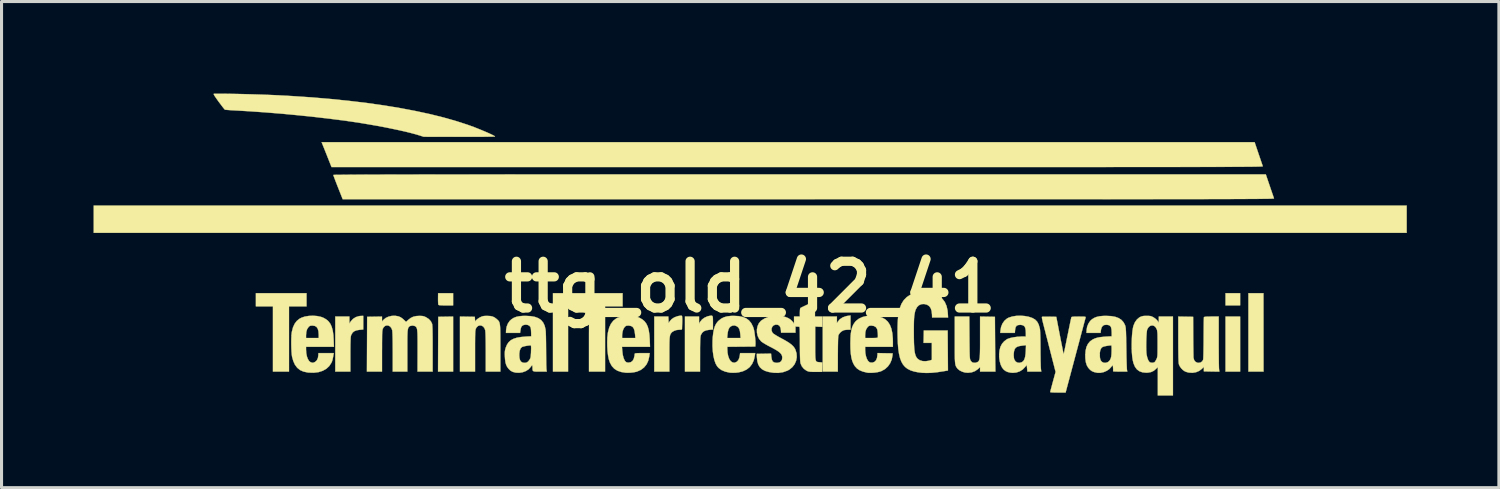
<source format=kicad_pcb>
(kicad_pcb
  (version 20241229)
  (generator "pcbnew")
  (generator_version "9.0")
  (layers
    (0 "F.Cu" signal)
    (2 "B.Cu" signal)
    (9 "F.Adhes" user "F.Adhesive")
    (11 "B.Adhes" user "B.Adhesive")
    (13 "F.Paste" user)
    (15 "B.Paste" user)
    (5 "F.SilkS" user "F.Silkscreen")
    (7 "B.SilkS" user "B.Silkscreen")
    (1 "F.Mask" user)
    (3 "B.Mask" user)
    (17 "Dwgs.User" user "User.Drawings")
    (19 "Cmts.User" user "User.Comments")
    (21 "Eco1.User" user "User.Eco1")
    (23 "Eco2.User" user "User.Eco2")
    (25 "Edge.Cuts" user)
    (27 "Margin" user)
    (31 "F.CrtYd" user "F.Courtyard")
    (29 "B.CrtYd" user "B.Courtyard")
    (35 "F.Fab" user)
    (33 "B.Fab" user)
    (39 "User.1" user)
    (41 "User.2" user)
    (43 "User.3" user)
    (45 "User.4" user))
  (footprint "ttg_old_42_41"
    (layer "F.Cu")
    (at 21.404 6.301)
    (property "Reference" "ttg_old_42_41" (at 0 0 0) (layer "F.SilkS") (effects (font (size 1.524 1.524) (thickness 0.3))))
    (attr through_hole)
    (fp_poly (pts (xy -5.937 2.762) (xy -6.429 2.762) (xy -6.429 0.206) (xy -5.937 0.206) (xy -5.937 2.762)) (stroke (width 0.01) (type solid)) (fill yes) (layer "F.SilkS"))
    (fp_poly (pts (xy 15.97 0.603) (xy 15.494 0.603) (xy 15.494 0.206) (xy 15.97 0.206) (xy 15.97 0.603)) (stroke (width 0.01) (type solid)) (fill yes) (layer "F.SilkS"))
    (fp_poly (pts (xy 15.97 2.762) (xy 15.494 2.762) (xy 15.494 0.968) (xy 15.97 0.968) (xy 15.97 2.762)) (stroke (width 0.01) (type solid)) (fill yes) (layer "F.SilkS"))
    (fp_poly (pts (xy 21.399 -1.762) (xy -21.399 -1.762) (xy -21.399 -2.651) (xy 21.399 -2.651) (xy 21.399 -1.762)) (stroke (width 0.01) (type solid)) (fill yes) (layer "F.SilkS"))
    (fp_poly (pts (xy -9.684 2.762) (xy -10.175 2.762) (xy -10.172 1.869) (xy -10.168 0.976) (xy -9.684 0.968) (xy -9.684 2.762)) (stroke (width 0.01) (type solid)) (fill yes) (layer "F.SilkS"))
    (fp_poly (pts (xy 16.732 1.484) (xy 16.733 2.762) (xy 16.24 2.762) (xy 16.24 0.206) (xy 16.731 0.206) (xy 16.732 1.484)) (stroke (width 0.01) (type solid)) (fill yes) (layer "F.SilkS"))
    (fp_poly (pts (xy -14.462 0.635) (xy -15.034 0.635) (xy -15.034 2.762) (xy -15.557 2.762) (xy -15.557 0.635) (xy -16.113 0.635) (xy -16.113 0.206) (xy -14.462 0.206) (xy -14.462 0.635)) (stroke (width 0.01) (type solid)) (fill yes) (layer "F.SilkS"))
    (fp_poly (pts (xy -9.684 0.603) (xy -9.92 0.603) (xy -10.013 0.603) (xy -10.079 0.601) (xy -10.123 0.598) (xy -10.149 0.592) (xy -10.163 0.584) (xy -10.166 0.578) (xy -10.17 0.552) (xy -10.173 0.503) (xy -10.175 0.437) (xy -10.175 0.38) (xy -10.173 0.206) (xy -9.684 0.206) (xy -9.684 0.603)) (stroke (width 0.01) (type solid)) (fill yes) (layer "F.SilkS"))
    (fp_poly (pts (xy -4.159 0.635) (xy -4.731 0.635) (xy -4.731 2.762) (xy -5.255 2.762) (xy -5.255 1.718) (xy -5.255 1.539) (xy -5.254 1.369) (xy -5.254 1.21) (xy -5.254 1.066) (xy -5.254 0.94) (xy -5.254 0.833) (xy -5.254 0.749) (xy -5.254 0.69) (xy -5.254 0.659) (xy -5.254 0.655) (xy -5.262 0.647) (xy -5.288 0.642) (xy -5.335 0.638) (xy -5.406 0.636) (xy -5.505 0.635) (xy -5.532 0.635) (xy -5.81 0.635) (xy -5.81 0.206) (xy -4.159 0.206) (xy -4.159 0.635)) (stroke (width 0.01) (type solid)) (fill yes) (layer "F.SilkS"))
    (fp_poly (pts (xy -12.613 1.389) (xy -12.725 1.399) (xy -12.827 1.415) (xy -12.904 1.445) (xy -12.961 1.492) (xy -13 1.557) (xy -13.01 1.582) (xy -13.017 1.607) (xy -13.022 1.646) (xy -13.025 1.7) (xy -13.028 1.774) (xy -13.031 1.871) (xy -13.032 1.992) (xy -13.033 2.141) (xy -13.033 2.203) (xy -13.033 2.762) (xy -13.525 2.762) (xy -13.525 0.968) (xy -13.065 0.968) (xy -13.065 1.194) (xy -13.014 1.117) (xy -12.944 1.042) (xy -12.855 0.986) (xy -12.753 0.954) (xy -12.7 0.948) (xy -12.613 0.945) (xy -12.613 1.389)) (stroke (width 0.01) (type solid)) (fill yes) (layer "F.SilkS"))
    (fp_poly (pts (xy 3.27 1.397) (xy 3.185 1.397) (xy 3.125 1.401) (xy 3.067 1.409) (xy 3.046 1.415) (xy 2.982 1.449) (xy 2.924 1.5) (xy 2.884 1.56) (xy 2.873 1.587) (xy 2.87 1.616) (xy 2.866 1.673) (xy 2.863 1.753) (xy 2.861 1.852) (xy 2.859 1.967) (xy 2.858 2.094) (xy 2.857 2.203) (xy 2.856 2.762) (xy 2.365 2.762) (xy 2.365 0.968) (xy 2.826 0.968) (xy 2.826 1.183) (xy 2.855 1.135) (xy 2.924 1.054) (xy 3.016 0.994) (xy 3.128 0.954) (xy 3.187 0.944) (xy 3.27 0.933) (xy 3.27 1.397)) (stroke (width 0.01) (type solid)) (fill yes) (layer "F.SilkS"))
    (fp_poly (pts (xy -1.239 0.944) (xy -1.224 0.966) (xy -1.217 1.007) (xy -1.215 1.071) (xy -1.214 1.163) (xy -1.214 1.389) (xy -1.327 1.399) (xy -1.429 1.415) (xy -1.506 1.445) (xy -1.562 1.492) (xy -1.602 1.557) (xy -1.612 1.582) (xy -1.618 1.607) (xy -1.623 1.646) (xy -1.627 1.7) (xy -1.63 1.774) (xy -1.632 1.871) (xy -1.634 1.992) (xy -1.634 2.141) (xy -1.634 2.203) (xy -1.635 2.762) (xy -2.127 2.762) (xy -2.127 0.968) (xy -1.667 0.968) (xy -1.667 1.083) (xy -1.667 1.199) (xy -1.627 1.133) (xy -1.569 1.062) (xy -1.488 1.004) (xy -1.395 0.962) (xy -1.356 0.952) (xy -1.302 0.941) (xy -1.264 0.937) (xy -1.239 0.944)) (stroke (width 0.01) (type solid)) (fill yes) (layer "F.SilkS"))
    (fp_poly (pts (xy -2.227 0.946) (xy -2.223 0.951) (xy -2.219 0.975) (xy -2.216 1.023) (xy -2.215 1.088) (xy -2.216 1.157) (xy -2.219 1.233) (xy -2.221 1.299) (xy -2.222 1.347) (xy -2.223 1.37) (xy -2.228 1.386) (xy -2.248 1.394) (xy -2.291 1.397) (xy -2.314 1.397) (xy -2.402 1.407) (xy -2.482 1.434) (xy -2.545 1.473) (xy -2.559 1.487) (xy -2.578 1.51) (xy -2.594 1.533) (xy -2.607 1.561) (xy -2.616 1.596) (xy -2.623 1.643) (xy -2.629 1.703) (xy -2.632 1.78) (xy -2.634 1.879) (xy -2.635 2.001) (xy -2.635 2.151) (xy -2.635 2.198) (xy -2.635 2.762) (xy -3.127 2.762) (xy -3.127 0.968) (xy -2.668 0.968) (xy -2.659 1.179) (xy -2.619 1.118) (xy -2.558 1.05) (xy -2.473 0.995) (xy -2.372 0.957) (xy -2.336 0.949) (xy -2.278 0.94) (xy -2.245 0.939) (xy -2.227 0.946)) (stroke (width 0.01) (type solid)) (fill yes) (layer "F.SilkS"))
    (fp_poly (pts (xy -8.572 0.946) (xy -8.476 0.95) (xy -8.4 0.966) (xy -8.336 0.995) (xy -8.273 1.041) (xy -8.263 1.05) (xy -8.237 1.073) (xy -8.215 1.094) (xy -8.197 1.116) (xy -8.182 1.142) (xy -8.171 1.175) (xy -8.162 1.217) (xy -8.155 1.272) (xy -8.15 1.341) (xy -8.147 1.429) (xy -8.145 1.537) (xy -8.145 1.669) (xy -8.144 1.828) (xy -8.144 1.996) (xy -8.144 2.762) (xy -8.62 2.762) (xy -8.62 2.128) (xy -8.621 1.955) (xy -8.622 1.801) (xy -8.624 1.67) (xy -8.627 1.562) (xy -8.631 1.481) (xy -8.635 1.428) (xy -8.637 1.414) (xy -8.665 1.342) (xy -8.707 1.291) (xy -8.76 1.262) (xy -8.816 1.256) (xy -8.87 1.274) (xy -8.917 1.317) (xy -8.944 1.365) (xy -8.95 1.384) (xy -8.955 1.41) (xy -8.96 1.444) (xy -8.963 1.49) (xy -8.965 1.55) (xy -8.967 1.629) (xy -8.968 1.729) (xy -8.969 1.852) (xy -8.969 2.003) (xy -8.969 2.096) (xy -8.969 2.762) (xy -9.461 2.762) (xy -9.461 0.968) (xy -9.219 0.972) (xy -8.977 0.976) (xy -8.972 1.052) (xy -8.968 1.127) (xy -8.928 1.08) (xy -8.892 1.048) (xy -8.84 1.012) (xy -8.798 0.989) (xy -8.747 0.966) (xy -8.701 0.953) (xy -8.648 0.947) (xy -8.577 0.946) (xy -8.572 0.946)) (stroke (width 0.01) (type solid)) (fill yes) (layer "F.SilkS"))
    (fp_poly (pts (xy 7.735 0.972) (xy 7.977 0.976) (xy 7.981 1.572) (xy 7.982 1.722) (xy 7.983 1.876) (xy 7.984 2.028) (xy 7.986 2.17) (xy 7.987 2.298) (xy 7.988 2.405) (xy 7.989 2.465) (xy 7.993 2.762) (xy 7.493 2.762) (xy 7.493 2.615) (xy 7.425 2.678) (xy 7.33 2.745) (xy 7.22 2.786) (xy 7.1 2.8) (xy 7.003 2.792) (xy 6.914 2.766) (xy 6.833 2.727) (xy 6.77 2.678) (xy 6.755 2.661) (xy 6.735 2.635) (xy 6.719 2.611) (xy 6.706 2.586) (xy 6.695 2.557) (xy 6.686 2.522) (xy 6.68 2.476) (xy 6.675 2.418) (xy 6.671 2.345) (xy 6.669 2.253) (xy 6.668 2.139) (xy 6.668 2.002) (xy 6.668 1.837) (xy 6.668 1.731) (xy 6.668 0.968) (xy 7.142 0.968) (xy 7.147 1.655) (xy 7.148 1.822) (xy 7.15 1.961) (xy 7.151 2.074) (xy 7.153 2.164) (xy 7.155 2.234) (xy 7.158 2.287) (xy 7.162 2.326) (xy 7.166 2.354) (xy 7.172 2.375) (xy 7.178 2.39) (xy 7.18 2.393) (xy 7.207 2.432) (xy 7.236 2.459) (xy 7.238 2.46) (xy 7.292 2.475) (xy 7.354 2.472) (xy 7.408 2.453) (xy 7.412 2.451) (xy 7.431 2.436) (xy 7.446 2.421) (xy 7.459 2.4) (xy 7.469 2.373) (xy 7.477 2.335) (xy 7.483 2.284) (xy 7.487 2.216) (xy 7.49 2.131) (xy 7.492 2.023) (xy 7.493 1.891) (xy 7.493 1.731) (xy 7.493 1.643) (xy 7.493 0.968) (xy 7.735 0.972)) (stroke (width 0.01) (type solid)) (fill yes) (layer "F.SilkS"))
    (fp_poly (pts (xy 16.57 -4.338) (xy 16.606 -4.233) (xy 16.639 -4.137) (xy 16.667 -4.055) (xy 16.689 -3.99) (xy 16.704 -3.948) (xy 16.709 -3.933) (xy 16.709 -3.932) (xy 16.706 -3.93) (xy 16.7 -3.929) (xy 16.691 -3.927) (xy 16.678 -3.926) (xy 16.661 -3.925) (xy 16.638 -3.923) (xy 16.609 -3.922) (xy 16.573 -3.921) (xy 16.531 -3.92) (xy 16.481 -3.919) (xy 16.423 -3.918) (xy 16.356 -3.917) (xy 16.28 -3.916) (xy 16.194 -3.916) (xy 16.097 -3.915) (xy 15.989 -3.914) (xy 15.869 -3.913) (xy 15.737 -3.913) (xy 15.593 -3.912) (xy 15.434 -3.911) (xy 15.262 -3.911) (xy 15.074 -3.91) (xy 14.872 -3.91) (xy 14.654 -3.909) (xy 14.419 -3.909) (xy 14.167 -3.909) (xy 13.898 -3.908) (xy 13.61 -3.908) (xy 13.303 -3.908) (xy 12.977 -3.907) (xy 12.631 -3.907) (xy 12.265 -3.907) (xy 11.877 -3.907) (xy 11.468 -3.906) (xy 11.036 -3.906) (xy 10.581 -3.906) (xy 10.103 -3.906) (xy 9.601 -3.906) (xy 9.073 -3.906) (xy 8.521 -3.906) (xy 7.943 -3.906) (xy 7.338 -3.905) (xy 6.706 -3.905) (xy 6.046 -3.905) (xy 5.359 -3.905) (xy 4.642 -3.905) (xy 3.896 -3.905) (xy 3.12 -3.905) (xy 2.313 -3.905) (xy 1.537 -3.905) (xy -13.647 -3.905) (xy -13.787 -4.258) (xy -13.828 -4.361) (xy -13.866 -4.456) (xy -13.899 -4.539) (xy -13.926 -4.605) (xy -13.943 -4.649) (xy -13.949 -4.663) (xy -13.97 -4.715) (xy 1.236 -4.715) (xy 16.443 -4.715) (xy 16.57 -4.338)) (stroke (width 0.01) (type solid)) (fill yes) (layer "F.SilkS"))
    (fp_poly (pts (xy 14.196 0.972) (xy 14.438 0.976) (xy 14.441 1.611) (xy 14.442 1.753) (xy 14.443 1.887) (xy 14.445 2.01) (xy 14.446 2.118) (xy 14.448 2.206) (xy 14.449 2.271) (xy 14.451 2.31) (xy 14.451 2.315) (xy 14.472 2.389) (xy 14.514 2.442) (xy 14.574 2.472) (xy 14.616 2.477) (xy 14.684 2.464) (xy 14.735 2.426) (xy 14.764 2.373) (xy 14.767 2.349) (xy 14.77 2.297) (xy 14.773 2.22) (xy 14.775 2.122) (xy 14.777 2.006) (xy 14.779 1.876) (xy 14.78 1.735) (xy 14.78 1.674) (xy 14.781 1.531) (xy 14.782 1.398) (xy 14.783 1.278) (xy 14.784 1.175) (xy 14.786 1.091) (xy 14.788 1.03) (xy 14.789 0.997) (xy 14.79 0.991) (xy 14.8 0.982) (xy 14.823 0.976) (xy 14.864 0.971) (xy 14.928 0.969) (xy 15.018 0.968) (xy 15.035 0.968) (xy 15.272 0.968) (xy 15.272 1.782) (xy 15.272 1.943) (xy 15.273 2.096) (xy 15.274 2.239) (xy 15.275 2.368) (xy 15.276 2.479) (xy 15.278 2.57) (xy 15.28 2.636) (xy 15.282 2.675) (xy 15.282 2.679) (xy 15.292 2.763) (xy 15.04 2.759) (xy 14.788 2.754) (xy 14.788 2.606) (xy 14.72 2.675) (xy 14.635 2.739) (xy 14.532 2.782) (xy 14.418 2.801) (xy 14.301 2.794) (xy 14.241 2.78) (xy 14.183 2.76) (xy 14.17 2.754) (xy 14.106 2.711) (xy 14.045 2.649) (xy 13.997 2.578) (xy 13.972 2.517) (xy 13.967 2.48) (xy 13.963 2.41) (xy 13.959 2.31) (xy 13.957 2.178) (xy 13.955 2.014) (xy 13.954 1.819) (xy 13.954 1.707) (xy 13.954 0.968) (xy 14.196 0.972)) (stroke (width 0.01) (type solid)) (fill yes) (layer "F.SilkS"))
    (fp_poly (pts (xy -0.38 0.953) (xy -0.244 0.98) (xy -0.132 1.026) (xy -0.04 1.093) (xy 0.033 1.182) (xy 0.09 1.294) (xy 0.109 1.345) (xy 0.125 1.407) (xy 0.14 1.492) (xy 0.153 1.589) (xy 0.164 1.688) (xy 0.171 1.78) (xy 0.172 1.855) (xy 0.171 1.881) (xy 0.166 1.945) (xy -0.746 1.953) (xy -0.746 2.02) (xy -0.739 2.146) (xy -0.718 2.255) (xy -0.685 2.345) (xy -0.642 2.413) (xy -0.59 2.456) (xy -0.53 2.472) (xy -0.501 2.47) (xy -0.437 2.442) (xy -0.387 2.388) (xy -0.353 2.307) (xy -0.34 2.241) (xy -0.329 2.159) (xy 0.162 2.159) (xy 0.151 2.242) (xy 0.118 2.388) (xy 0.062 2.512) (xy -0.017 2.615) (xy -0.119 2.695) (xy -0.243 2.753) (xy -0.388 2.789) (xy -0.476 2.798) (xy -0.548 2.8) (xy -0.621 2.799) (xy -0.675 2.794) (xy -0.817 2.762) (xy -0.935 2.712) (xy -1.029 2.643) (xy -1.08 2.584) (xy -1.129 2.497) (xy -1.168 2.384) (xy -1.199 2.249) (xy -1.219 2.098) (xy -1.229 1.933) (xy -1.228 1.761) (xy -1.222 1.667) (xy -0.751 1.667) (xy -0.313 1.667) (xy -0.323 1.54) (xy -0.335 1.444) (xy -0.356 1.373) (xy -0.388 1.322) (xy -0.433 1.285) (xy -0.505 1.258) (xy -0.577 1.262) (xy -0.635 1.29) (xy -0.679 1.332) (xy -0.71 1.394) (xy -0.731 1.479) (xy -0.741 1.56) (xy -0.751 1.667) (xy -1.222 1.667) (xy -1.221 1.643) (xy -1.204 1.498) (xy -1.182 1.379) (xy -1.151 1.282) (xy -1.111 1.202) (xy -1.06 1.134) (xy -1.025 1.099) (xy -0.943 1.035) (xy -0.853 0.99) (xy -0.751 0.961) (xy -0.628 0.947) (xy -0.54 0.945) (xy -0.38 0.953)) (stroke (width 0.01) (type solid)) (fill yes) (layer "F.SilkS"))
    (fp_poly (pts (xy -3.797 0.953) (xy -3.673 0.982) (xy -3.613 1.005) (xy -3.52 1.058) (xy -3.444 1.122) (xy -3.384 1.203) (xy -3.338 1.302) (xy -3.306 1.422) (xy -3.285 1.568) (xy -3.275 1.718) (xy -3.266 1.953) (xy -4.18 1.953) (xy -4.17 2.084) (xy -4.155 2.209) (xy -4.129 2.314) (xy -4.095 2.394) (xy -4.073 2.425) (xy -4.041 2.454) (xy -4.003 2.466) (xy -3.963 2.469) (xy -3.892 2.455) (xy -3.837 2.415) (xy -3.797 2.347) (xy -3.772 2.251) (xy -3.764 2.179) (xy -3.755 2.171) (xy -3.727 2.165) (xy -3.678 2.161) (xy -3.603 2.159) (xy -3.519 2.159) (xy -3.276 2.159) (xy -3.29 2.266) (xy -3.322 2.405) (xy -3.379 2.526) (xy -3.46 2.626) (xy -3.563 2.705) (xy -3.687 2.76) (xy -3.715 2.768) (xy -3.796 2.785) (xy -3.892 2.796) (xy -3.989 2.8) (xy -4.056 2.798) (xy -4.204 2.775) (xy -4.329 2.732) (xy -4.43 2.668) (xy -4.51 2.581) (xy -4.571 2.471) (xy -4.61 2.356) (xy -4.633 2.237) (xy -4.65 2.096) (xy -4.659 1.944) (xy -4.661 1.788) (xy -4.655 1.64) (xy -4.65 1.596) (xy -4.175 1.596) (xy -4.175 1.667) (xy -3.743 1.667) (xy -3.754 1.544) (xy -3.769 1.438) (xy -3.794 1.36) (xy -3.83 1.307) (xy -3.881 1.276) (xy -3.948 1.263) (xy -3.973 1.262) (xy -4.025 1.265) (xy -4.06 1.279) (xy -4.092 1.308) (xy -4.095 1.312) (xy -4.133 1.374) (xy -4.16 1.457) (xy -4.174 1.555) (xy -4.175 1.596) (xy -4.65 1.596) (xy -4.641 1.508) (xy -4.635 1.475) (xy -4.596 1.326) (xy -4.538 1.201) (xy -4.461 1.102) (xy -4.364 1.028) (xy -4.318 1.004) (xy -4.203 0.967) (xy -4.072 0.946) (xy -3.933 0.941) (xy -3.797 0.953)) (stroke (width 0.01) (type solid)) (fill yes) (layer "F.SilkS"))
    (fp_poly (pts (xy -14.115 0.951) (xy -13.99 0.978) (xy -13.917 1.005) (xy -13.823 1.058) (xy -13.747 1.123) (xy -13.686 1.204) (xy -13.641 1.304) (xy -13.608 1.425) (xy -13.587 1.571) (xy -13.578 1.718) (xy -13.569 1.953) (xy -14.478 1.953) (xy -14.478 2.047) (xy -14.471 2.161) (xy -14.451 2.263) (xy -14.42 2.35) (xy -14.38 2.415) (xy -14.336 2.452) (xy -14.282 2.473) (xy -14.235 2.471) (xy -14.181 2.445) (xy -14.179 2.444) (xy -14.125 2.393) (xy -14.091 2.318) (xy -14.078 2.233) (xy -14.073 2.159) (xy -13.824 2.159) (xy -13.574 2.159) (xy -13.583 2.211) (xy -13.6 2.305) (xy -13.615 2.375) (xy -13.631 2.428) (xy -13.65 2.471) (xy -13.652 2.475) (xy -13.724 2.584) (xy -13.819 2.671) (xy -13.935 2.736) (xy -14.07 2.779) (xy -14.223 2.798) (xy -14.391 2.794) (xy -14.43 2.789) (xy -14.562 2.761) (xy -14.674 2.711) (xy -14.765 2.637) (xy -14.839 2.539) (xy -14.895 2.415) (xy -14.934 2.275) (xy -14.944 2.203) (xy -14.952 2.109) (xy -14.957 1.999) (xy -14.96 1.88) (xy -14.96 1.761) (xy -14.958 1.667) (xy -14.478 1.667) (xy -14.065 1.667) (xy -14.066 1.552) (xy -14.074 1.444) (xy -14.097 1.363) (xy -14.135 1.307) (xy -14.19 1.274) (xy -14.264 1.262) (xy -14.274 1.262) (xy -14.326 1.265) (xy -14.361 1.277) (xy -14.392 1.305) (xy -14.399 1.313) (xy -14.444 1.381) (xy -14.469 1.466) (xy -14.478 1.573) (xy -14.478 1.576) (xy -14.478 1.667) (xy -14.958 1.667) (xy -14.957 1.649) (xy -14.952 1.551) (xy -14.943 1.476) (xy -14.94 1.462) (xy -14.903 1.32) (xy -14.85 1.204) (xy -14.781 1.112) (xy -14.693 1.04) (xy -14.629 1.006) (xy -14.517 0.968) (xy -14.387 0.947) (xy -14.25 0.941) (xy -14.115 0.951)) (stroke (width 0.01) (type solid)) (fill yes) (layer "F.SilkS"))
    (fp_poly (pts (xy -17.249 -6.296) (xy -17.133 -6.295) (xy -17 -6.293) (xy -16.854 -6.291) (xy -16.698 -6.288) (xy -16.534 -6.284) (xy -16.367 -6.28) (xy -16.198 -6.275) (xy -16.031 -6.27) (xy -15.87 -6.265) (xy -15.716 -6.259) (xy -15.597 -6.254) (xy -14.935 -6.22) (xy -14.292 -6.177) (xy -13.671 -6.124) (xy -13.071 -6.063) (xy -12.495 -5.994) (xy -11.943 -5.916) (xy -11.416 -5.829) (xy -10.914 -5.734) (xy -10.44 -5.632) (xy -9.994 -5.521) (xy -9.576 -5.402) (xy -9.217 -5.286) (xy -9.112 -5.248) (xy -9 -5.207) (xy -8.886 -5.162) (xy -8.772 -5.116) (xy -8.662 -5.07) (xy -8.562 -5.027) (xy -8.474 -4.987) (xy -8.402 -4.953) (xy -8.35 -4.926) (xy -8.322 -4.907) (xy -8.319 -4.902) (xy -8.334 -4.9) (xy -8.379 -4.898) (xy -8.45 -4.896) (xy -8.546 -4.895) (xy -8.664 -4.893) (xy -8.801 -4.892) (xy -8.954 -4.892) (xy -9.123 -4.891) (xy -9.303 -4.891) (xy -9.481 -4.891) (xy -10.644 -4.893) (xy -10.763 -4.932) (xy -10.896 -4.972) (xy -11.056 -5.015) (xy -11.241 -5.061) (xy -11.446 -5.107) (xy -11.669 -5.154) (xy -11.905 -5.202) (xy -12.15 -5.248) (xy -12.402 -5.292) (xy -12.656 -5.335) (xy -12.91 -5.374) (xy -13.121 -5.405) (xy -13.629 -5.471) (xy -14.159 -5.534) (xy -14.702 -5.591) (xy -15.25 -5.643) (xy -15.793 -5.687) (xy -16.322 -5.724) (xy -16.74 -5.749) (xy -16.845 -5.754) (xy -16.94 -5.76) (xy -17.02 -5.766) (xy -17.08 -5.771) (xy -17.116 -5.775) (xy -17.124 -5.777) (xy -17.138 -5.792) (xy -17.169 -5.829) (xy -17.211 -5.883) (xy -17.262 -5.951) (xy -17.32 -6.027) (xy -17.324 -6.032) (xy -17.393 -6.129) (xy -17.445 -6.204) (xy -17.477 -6.256) (xy -17.489 -6.285) (xy -17.488 -6.291) (xy -17.468 -6.294) (xy -17.419 -6.296) (xy -17.345 -6.296) (xy -17.249 -6.296)) (stroke (width 0.01) (type solid)) (fill yes) (layer "F.SilkS"))
    (fp_poly (pts (xy 5.86 0.182) (xy 6.008 0.223) (xy 6.139 0.286) (xy 6.157 0.298) (xy 6.262 0.386) (xy 6.344 0.495) (xy 6.401 0.625) (xy 6.434 0.774) (xy 6.441 0.853) (xy 6.45 1) (xy 5.929 1) (xy 5.926 0.902) (xy 5.913 0.785) (xy 5.883 0.694) (xy 5.835 0.628) (xy 5.769 0.584) (xy 5.763 0.581) (xy 5.667 0.558) (xy 5.58 0.564) (xy 5.502 0.598) (xy 5.439 0.659) (xy 5.393 0.744) (xy 5.38 0.782) (xy 5.367 0.838) (xy 5.356 0.896) (xy 5.347 0.96) (xy 5.341 1.035) (xy 5.337 1.124) (xy 5.335 1.233) (xy 5.334 1.366) (xy 5.334 1.484) (xy 5.335 1.666) (xy 5.338 1.819) (xy 5.344 1.947) (xy 5.352 2.052) (xy 5.364 2.137) (xy 5.38 2.205) (xy 5.4 2.26) (xy 5.425 2.304) (xy 5.455 2.341) (xy 5.458 2.345) (xy 5.528 2.392) (xy 5.617 2.419) (xy 5.719 2.424) (xy 5.83 2.407) (xy 5.87 2.395) (xy 5.921 2.379) (xy 5.921 1.826) (xy 5.651 1.826) (xy 5.655 1.623) (xy 5.659 1.421) (xy 6.437 1.421) (xy 6.446 2.726) (xy 6.291 2.752) (xy 6.089 2.783) (xy 5.91 2.801) (xy 5.748 2.806) (xy 5.598 2.8) (xy 5.469 2.784) (xy 5.34 2.758) (xy 5.228 2.722) (xy 5.132 2.674) (xy 5.051 2.612) (xy 4.983 2.534) (xy 4.928 2.438) (xy 4.884 2.322) (xy 4.851 2.183) (xy 4.827 2.021) (xy 4.812 1.833) (xy 4.805 1.617) (xy 4.803 1.484) (xy 4.804 1.315) (xy 4.808 1.172) (xy 4.815 1.05) (xy 4.826 0.942) (xy 4.842 0.843) (xy 4.862 0.748) (xy 4.875 0.7) (xy 4.929 0.556) (xy 5.006 0.433) (xy 5.105 0.332) (xy 5.225 0.254) (xy 5.365 0.201) (xy 5.372 0.2) (xy 5.537 0.17) (xy 5.701 0.164) (xy 5.86 0.182)) (stroke (width 0.01) (type solid)) (fill yes) (layer "F.SilkS"))
    (fp_poly (pts (xy 10.799 0.969) (xy 10.863 0.97) (xy 10.903 0.973) (xy 10.925 0.977) (xy 10.934 0.985) (xy 10.934 0.995) (xy 10.934 0.996) (xy 10.929 1.016) (xy 10.916 1.063) (xy 10.896 1.137) (xy 10.87 1.234) (xy 10.839 1.352) (xy 10.802 1.489) (xy 10.761 1.643) (xy 10.717 1.81) (xy 10.669 1.989) (xy 10.619 2.177) (xy 10.604 2.234) (xy 10.281 3.445) (xy 10.03 3.445) (xy 9.933 3.444) (xy 9.856 3.441) (xy 9.805 3.437) (xy 9.78 3.431) (xy 9.779 3.429) (xy 9.783 3.41) (xy 9.794 3.365) (xy 9.812 3.299) (xy 9.834 3.216) (xy 9.859 3.122) (xy 9.867 3.093) (xy 9.955 2.771) (xy 9.914 2.612) (xy 9.9 2.556) (xy 9.879 2.475) (xy 9.853 2.374) (xy 9.823 2.258) (xy 9.791 2.132) (xy 9.758 2.003) (xy 9.745 1.953) (xy 9.711 1.818) (xy 9.676 1.681) (xy 9.641 1.548) (xy 9.61 1.425) (xy 9.582 1.319) (xy 9.561 1.235) (xy 9.556 1.218) (xy 9.532 1.121) (xy 9.517 1.051) (xy 9.509 1.006) (xy 9.51 0.981) (xy 9.515 0.975) (xy 9.537 0.973) (xy 9.585 0.971) (xy 9.652 0.971) (xy 9.731 0.971) (xy 9.756 0.972) (xy 9.977 0.976) (xy 10.096 1.592) (xy 10.122 1.727) (xy 10.147 1.85) (xy 10.169 1.96) (xy 10.187 2.053) (xy 10.202 2.125) (xy 10.213 2.173) (xy 10.219 2.195) (xy 10.219 2.195) (xy 10.223 2.178) (xy 10.233 2.132) (xy 10.247 2.062) (xy 10.266 1.972) (xy 10.288 1.865) (xy 10.312 1.743) (xy 10.339 1.612) (xy 10.343 1.595) (xy 10.37 1.463) (xy 10.395 1.339) (xy 10.418 1.229) (xy 10.437 1.135) (xy 10.453 1.062) (xy 10.464 1.012) (xy 10.469 0.989) (xy 10.469 0.988) (xy 10.482 0.98) (xy 10.514 0.974) (xy 10.57 0.97) (xy 10.653 0.969) (xy 10.709 0.968) (xy 10.799 0.969)) (stroke (width 0.01) (type solid)) (fill yes) (layer "F.SilkS"))
    (fp_poly (pts (xy 4.023 0.942) (xy 4.171 0.962) (xy 4.297 1) (xy 4.402 1.058) (xy 4.487 1.137) (xy 4.553 1.238) (xy 4.602 1.362) (xy 4.633 1.511) (xy 4.649 1.687) (xy 4.651 1.79) (xy 4.651 1.953) (xy 3.747 1.953) (xy 3.747 2.052) (xy 3.754 2.161) (xy 3.774 2.262) (xy 3.804 2.349) (xy 3.843 2.415) (xy 3.889 2.456) (xy 3.89 2.457) (xy 3.934 2.469) (xy 3.983 2.47) (xy 4.05 2.445) (xy 4.1 2.395) (xy 4.133 2.318) (xy 4.147 2.226) (xy 4.151 2.158) (xy 4.397 2.163) (xy 4.643 2.167) (xy 4.639 2.23) (xy 4.614 2.365) (xy 4.563 2.487) (xy 4.489 2.593) (xy 4.394 2.68) (xy 4.281 2.743) (xy 4.232 2.761) (xy 4.144 2.782) (xy 4.043 2.796) (xy 3.941 2.802) (xy 3.85 2.8) (xy 3.81 2.795) (xy 3.675 2.762) (xy 3.567 2.718) (xy 3.481 2.66) (xy 3.414 2.587) (xy 3.365 2.506) (xy 3.326 2.413) (xy 3.298 2.305) (xy 3.279 2.176) (xy 3.268 2.024) (xy 3.265 1.846) (xy 3.265 1.841) (xy 3.269 1.671) (xy 3.269 1.667) (xy 3.747 1.667) (xy 3.953 1.667) (xy 4.038 1.666) (xy 4.096 1.665) (xy 4.132 1.661) (xy 4.152 1.655) (xy 4.16 1.646) (xy 4.161 1.639) (xy 4.162 1.572) (xy 4.158 1.499) (xy 4.15 1.431) (xy 4.139 1.38) (xy 4.135 1.37) (xy 4.095 1.311) (xy 4.033 1.275) (xy 3.951 1.262) (xy 3.948 1.262) (xy 3.897 1.265) (xy 3.862 1.279) (xy 3.829 1.308) (xy 3.826 1.313) (xy 3.781 1.381) (xy 3.755 1.466) (xy 3.747 1.573) (xy 3.747 1.576) (xy 3.747 1.667) (xy 3.269 1.667) (xy 3.279 1.528) (xy 3.298 1.409) (xy 3.325 1.309) (xy 3.363 1.226) (xy 3.411 1.154) (xy 3.45 1.109) (xy 3.545 1.036) (xy 3.662 0.982) (xy 3.797 0.949) (xy 3.947 0.939) (xy 4.023 0.942)) (stroke (width 0.01) (type solid)) (fill yes) (layer "F.SilkS"))
    (fp_poly (pts (xy 12.993 0.946) (xy 13.043 0.951) (xy 13.085 0.963) (xy 13.13 0.985) (xy 13.143 0.992) (xy 13.199 1.029) (xy 13.25 1.074) (xy 13.274 1.102) (xy 13.319 1.164) (xy 13.319 0.968) (xy 13.78 0.968) (xy 13.78 3.54) (xy 13.287 3.54) (xy 13.287 2.611) (xy 13.232 2.669) (xy 13.154 2.736) (xy 13.066 2.777) (xy 12.962 2.796) (xy 12.909 2.798) (xy 12.789 2.786) (xy 12.689 2.751) (xy 12.607 2.691) (xy 12.543 2.605) (xy 12.495 2.493) (xy 12.47 2.391) (xy 12.453 2.28) (xy 12.442 2.151) (xy 12.436 2.009) (xy 12.435 1.897) (xy 12.909 1.897) (xy 12.909 1.999) (xy 12.912 2.09) (xy 12.916 2.164) (xy 12.921 2.204) (xy 12.941 2.297) (xy 12.968 2.375) (xy 13 2.432) (xy 13.029 2.459) (xy 13.077 2.474) (xy 13.131 2.473) (xy 13.176 2.457) (xy 13.186 2.449) (xy 13.209 2.418) (xy 13.235 2.372) (xy 13.246 2.35) (xy 13.256 2.326) (xy 13.264 2.301) (xy 13.27 2.271) (xy 13.274 2.231) (xy 13.277 2.177) (xy 13.278 2.105) (xy 13.279 2.01) (xy 13.279 1.889) (xy 13.279 1.865) (xy 13.279 1.737) (xy 13.278 1.636) (xy 13.277 1.558) (xy 13.274 1.499) (xy 13.269 1.454) (xy 13.264 1.42) (xy 13.256 1.392) (xy 13.25 1.377) (xy 13.212 1.311) (xy 13.162 1.27) (xy 13.105 1.256) (xy 13.047 1.268) (xy 12.995 1.304) (xy 12.952 1.366) (xy 12.939 1.397) (xy 12.931 1.436) (xy 12.924 1.502) (xy 12.918 1.586) (xy 12.913 1.684) (xy 12.91 1.79) (xy 12.909 1.897) (xy 12.435 1.897) (xy 12.435 1.86) (xy 12.439 1.712) (xy 12.447 1.571) (xy 12.46 1.443) (xy 12.477 1.335) (xy 12.493 1.266) (xy 12.54 1.156) (xy 12.604 1.065) (xy 12.682 0.998) (xy 12.711 0.982) (xy 12.759 0.962) (xy 12.808 0.95) (xy 12.87 0.945) (xy 12.922 0.945) (xy 12.993 0.946)) (stroke (width 0.01) (type solid)) (fill yes) (layer "F.SilkS"))
    (fp_poly (pts (xy -11.472 0.959) (xy -11.402 0.987) (xy -11.339 1.029) (xy -11.3 1.064) (xy -11.218 1.142) (xy -11.149 1.078) (xy -11.068 1.015) (xy -10.985 0.974) (xy -10.889 0.952) (xy -10.795 0.946) (xy -10.723 0.947) (xy -10.67 0.952) (xy -10.625 0.964) (xy -10.576 0.986) (xy -10.569 0.989) (xy -10.476 1.049) (xy -10.408 1.124) (xy -10.369 1.205) (xy -10.364 1.236) (xy -10.36 1.293) (xy -10.356 1.377) (xy -10.354 1.49) (xy -10.352 1.631) (xy -10.351 1.803) (xy -10.351 2.005) (xy -10.351 2.014) (xy -10.351 2.762) (xy -10.844 2.762) (xy -10.842 2.09) (xy -10.842 1.917) (xy -10.842 1.772) (xy -10.843 1.654) (xy -10.845 1.558) (xy -10.848 1.483) (xy -10.853 1.425) (xy -10.859 1.381) (xy -10.868 1.348) (xy -10.879 1.324) (xy -10.892 1.306) (xy -10.909 1.29) (xy -10.914 1.286) (xy -10.948 1.271) (xy -10.996 1.262) (xy -11.009 1.262) (xy -11.059 1.268) (xy -11.098 1.281) (xy -11.105 1.286) (xy -11.122 1.301) (xy -11.136 1.318) (xy -11.147 1.34) (xy -11.156 1.37) (xy -11.163 1.41) (xy -11.169 1.464) (xy -11.172 1.534) (xy -11.175 1.624) (xy -11.176 1.735) (xy -11.176 1.872) (xy -11.176 2.037) (xy -11.176 2.088) (xy -11.176 2.762) (xy -11.652 2.762) (xy -11.652 2.128) (xy -11.653 1.955) (xy -11.654 1.801) (xy -11.656 1.67) (xy -11.659 1.562) (xy -11.663 1.481) (xy -11.667 1.428) (xy -11.669 1.414) (xy -11.697 1.342) (xy -11.739 1.291) (xy -11.792 1.262) (xy -11.848 1.256) (xy -11.903 1.274) (xy -11.949 1.317) (xy -11.976 1.365) (xy -11.982 1.384) (xy -11.987 1.41) (xy -11.992 1.444) (xy -11.995 1.49) (xy -11.998 1.55) (xy -11.999 1.629) (xy -12 1.729) (xy -12.001 1.852) (xy -12.001 2.003) (xy -12.002 2.096) (xy -12.002 2.762) (xy -12.494 2.762) (xy -12.486 0.976) (xy -12.002 0.968) (xy -12.002 1.128) (xy -11.954 1.074) (xy -11.882 1.014) (xy -11.79 0.971) (xy -11.685 0.946) (xy -11.576 0.942) (xy -11.472 0.959)) (stroke (width 0.01) (type solid)) (fill yes) (layer "F.SilkS"))
    (fp_poly (pts (xy 8.947 0.95) (xy 9.078 0.974) (xy 9.194 1.013) (xy 9.286 1.065) (xy 9.352 1.132) (xy 9.403 1.226) (xy 9.438 1.346) (xy 9.445 1.381) (xy 9.449 1.422) (xy 9.452 1.489) (xy 9.456 1.58) (xy 9.459 1.688) (xy 9.461 1.81) (xy 9.462 1.94) (xy 9.463 2.032) (xy 9.463 2.165) (xy 9.465 2.292) (xy 9.466 2.408) (xy 9.469 2.509) (xy 9.471 2.591) (xy 9.474 2.648) (xy 9.476 2.671) (xy 9.487 2.762) (xy 9.036 2.762) (xy 9.025 2.651) (xy 9.014 2.54) (xy 8.969 2.602) (xy 8.886 2.69) (xy 8.785 2.754) (xy 8.672 2.792) (xy 8.55 2.802) (xy 8.469 2.793) (xy 8.389 2.773) (xy 8.327 2.745) (xy 8.27 2.703) (xy 8.267 2.7) (xy 8.211 2.632) (xy 8.167 2.542) (xy 8.136 2.434) (xy 8.118 2.315) (xy 8.115 2.192) (xy 8.116 2.185) (xy 8.59 2.185) (xy 8.59 2.269) (xy 8.601 2.343) (xy 8.611 2.372) (xy 8.651 2.432) (xy 8.707 2.467) (xy 8.775 2.477) (xy 8.848 2.458) (xy 8.857 2.453) (xy 8.903 2.418) (xy 8.937 2.363) (xy 8.961 2.285) (xy 8.976 2.182) (xy 8.982 2.092) (xy 8.99 1.902) (xy 8.88 1.913) (xy 8.783 1.928) (xy 8.712 1.948) (xy 8.662 1.978) (xy 8.628 2.019) (xy 8.619 2.038) (xy 8.599 2.104) (xy 8.59 2.185) (xy 8.116 2.185) (xy 8.127 2.072) (xy 8.155 1.96) (xy 8.16 1.948) (xy 8.209 1.855) (xy 8.28 1.773) (xy 8.364 1.71) (xy 8.394 1.695) (xy 8.48 1.666) (xy 8.588 1.643) (xy 8.708 1.627) (xy 8.832 1.62) (xy 8.846 1.62) (xy 8.985 1.619) (xy 8.985 1.512) (xy 8.98 1.41) (xy 8.965 1.335) (xy 8.937 1.283) (xy 8.893 1.253) (xy 8.833 1.24) (xy 8.799 1.238) (xy 8.733 1.245) (xy 8.686 1.266) (xy 8.656 1.307) (xy 8.638 1.372) (xy 8.632 1.437) (xy 8.627 1.5) (xy 8.152 1.5) (xy 8.157 1.429) (xy 8.178 1.307) (xy 8.222 1.197) (xy 8.287 1.105) (xy 8.37 1.033) (xy 8.426 1.003) (xy 8.542 0.966) (xy 8.672 0.945) (xy 8.81 0.94) (xy 8.947 0.95)) (stroke (width 0.01) (type solid)) (fill yes) (layer "F.SilkS"))
    (fp_poly (pts (xy 16.935 -3.29) (xy 16.971 -3.185) (xy 17.004 -3.089) (xy 17.032 -3.007) (xy 17.054 -2.942) (xy 17.069 -2.9) (xy 17.074 -2.885) (xy 17.074 -2.884) (xy 17.071 -2.882) (xy 17.066 -2.881) (xy 17.057 -2.88) (xy 17.044 -2.878) (xy 17.026 -2.877) (xy 17.003 -2.876) (xy 16.974 -2.875) (xy 16.939 -2.873) (xy 16.896 -2.872) (xy 16.846 -2.871) (xy 16.788 -2.87) (xy 16.722 -2.87) (xy 16.645 -2.869) (xy 16.559 -2.868) (xy 16.462 -2.867) (xy 16.354 -2.866) (xy 16.235 -2.866) (xy 16.103 -2.865) (xy 15.958 -2.864) (xy 15.799 -2.864) (xy 15.627 -2.863) (xy 15.44 -2.863) (xy 15.237 -2.862) (xy 15.019 -2.862) (xy 14.784 -2.861) (xy 14.532 -2.861) (xy 14.263 -2.86) (xy 13.975 -2.86) (xy 13.668 -2.86) (xy 13.342 -2.86) (xy 12.997 -2.859) (xy 12.63 -2.859) (xy 12.242 -2.859) (xy 11.833 -2.859) (xy 11.401 -2.858) (xy 10.946 -2.858) (xy 10.468 -2.858) (xy 9.966 -2.858) (xy 9.439 -2.858) (xy 8.886 -2.858) (xy 8.308 -2.858) (xy 7.703 -2.858) (xy 7.071 -2.858) (xy 6.412 -2.858) (xy 5.724 -2.858) (xy 5.007 -2.858) (xy 4.261 -2.858) (xy 3.485 -2.858) (xy 2.678 -2.858) (xy 1.901 -2.857) (xy -13.283 -2.857) (xy -13.436 -3.243) (xy -13.477 -3.347) (xy -13.514 -3.442) (xy -13.545 -3.524) (xy -13.569 -3.588) (xy -13.584 -3.631) (xy -13.589 -3.647) (xy -13.584 -3.648) (xy -13.567 -3.65) (xy -13.538 -3.651) (xy -13.498 -3.652) (xy -13.444 -3.653) (xy -13.377 -3.653) (xy -13.296 -3.654) (xy -13.201 -3.655) (xy -13.092 -3.656) (xy -12.967 -3.657) (xy -12.826 -3.658) (xy -12.668 -3.658) (xy -12.494 -3.659) (xy -12.303 -3.66) (xy -12.093 -3.66) (xy -11.866 -3.661) (xy -11.619 -3.661) (xy -11.353 -3.662) (xy -11.067 -3.662) (xy -10.761 -3.663) (xy -10.434 -3.663) (xy -10.085 -3.664) (xy -9.715 -3.664) (xy -9.322 -3.664) (xy -8.906 -3.665) (xy -8.466 -3.665) (xy -8.003 -3.665) (xy -7.515 -3.666) (xy -7.003 -3.666) (xy -6.465 -3.666) (xy -5.9 -3.666) (xy -5.31 -3.666) (xy -4.692 -3.667) (xy -4.047 -3.667) (xy -3.374 -3.667) (xy -2.672 -3.667) (xy -1.942 -3.667) (xy -1.181 -3.667) (xy -0.391 -3.667) (xy 0.43 -3.667) (xy 1.281 -3.667) (xy 16.807 -3.667) (xy 16.935 -3.29)) (stroke (width 0.01) (type solid)) (fill yes) (layer "F.SilkS"))
    (fp_poly (pts (xy 11.766 0.953) (xy 11.901 0.977) (xy 12.012 1.018) (xy 12.1 1.076) (xy 12.168 1.152) (xy 12.208 1.226) (xy 12.218 1.247) (xy 12.225 1.268) (xy 12.232 1.291) (xy 12.237 1.32) (xy 12.242 1.356) (xy 12.245 1.403) (xy 12.249 1.463) (xy 12.251 1.54) (xy 12.254 1.636) (xy 12.256 1.755) (xy 12.259 1.898) (xy 12.262 2.068) (xy 12.263 2.151) (xy 12.265 2.276) (xy 12.268 2.393) (xy 12.271 2.498) (xy 12.274 2.586) (xy 12.277 2.653) (xy 12.28 2.695) (xy 12.281 2.703) (xy 12.291 2.762) (xy 12.059 2.762) (xy 11.977 2.761) (xy 11.909 2.759) (xy 11.858 2.756) (xy 11.832 2.752) (xy 11.829 2.75) (xy 11.831 2.717) (xy 11.83 2.671) (xy 11.827 2.622) (xy 11.822 2.581) (xy 11.817 2.558) (xy 11.815 2.556) (xy 11.8 2.568) (xy 11.776 2.599) (xy 11.768 2.61) (xy 11.706 2.679) (xy 11.622 2.736) (xy 11.524 2.778) (xy 11.42 2.8) (xy 11.318 2.8) (xy 11.303 2.798) (xy 11.21 2.777) (xy 11.138 2.747) (xy 11.079 2.703) (xy 11.016 2.633) (xy 10.97 2.552) (xy 10.94 2.453) (xy 10.925 2.334) (xy 10.922 2.236) (xy 10.924 2.204) (xy 11.396 2.204) (xy 11.399 2.293) (xy 11.41 2.358) (xy 11.432 2.406) (xy 11.464 2.443) (xy 11.515 2.471) (xy 11.578 2.477) (xy 11.641 2.461) (xy 11.681 2.437) (xy 11.72 2.396) (xy 11.748 2.344) (xy 11.767 2.278) (xy 11.777 2.19) (xy 11.78 2.096) (xy 11.781 2.025) (xy 11.78 1.965) (xy 11.777 1.925) (xy 11.775 1.911) (xy 11.754 1.908) (xy 11.711 1.911) (xy 11.655 1.918) (xy 11.595 1.929) (xy 11.54 1.941) (xy 11.498 1.954) (xy 11.483 1.961) (xy 11.439 2.003) (xy 11.411 2.064) (xy 11.397 2.148) (xy 11.396 2.204) (xy 10.924 2.204) (xy 10.932 2.086) (xy 10.96 1.961) (xy 11.01 1.857) (xy 11.08 1.774) (xy 11.17 1.712) (xy 11.24 1.68) (xy 11.317 1.656) (xy 11.409 1.639) (xy 11.521 1.627) (xy 11.6 1.621) (xy 11.784 1.611) (xy 11.783 1.487) (xy 11.778 1.391) (xy 11.764 1.322) (xy 11.737 1.276) (xy 11.695 1.249) (xy 11.635 1.237) (xy 11.614 1.236) (xy 11.545 1.242) (xy 11.494 1.269) (xy 11.458 1.318) (xy 11.435 1.393) (xy 11.427 1.453) (xy 11.422 1.5) (xy 10.962 1.5) (xy 10.966 1.405) (xy 10.983 1.299) (xy 11.024 1.198) (xy 11.083 1.111) (xy 11.141 1.056) (xy 11.216 1.01) (xy 11.297 0.978) (xy 11.392 0.957) (xy 11.506 0.947) (xy 11.605 0.945) (xy 11.766 0.953)) (stroke (width 0.01) (type solid)) (fill yes) (layer "F.SilkS"))
    (fp_poly (pts (xy -7.155 0.954) (xy -7.017 0.979) (xy -6.905 1.021) (xy -6.815 1.083) (xy -6.748 1.164) (xy -6.7 1.266) (xy -6.671 1.39) (xy -6.669 1.409) (xy -6.665 1.451) (xy -6.662 1.52) (xy -6.659 1.611) (xy -6.657 1.72) (xy -6.655 1.842) (xy -6.654 1.973) (xy -6.653 2.064) (xy -6.652 2.196) (xy -6.651 2.321) (xy -6.649 2.435) (xy -6.648 2.534) (xy -6.645 2.612) (xy -6.643 2.666) (xy -6.641 2.687) (xy -6.632 2.762) (xy -6.854 2.762) (xy -6.946 2.762) (xy -7.011 2.76) (xy -7.054 2.753) (xy -7.079 2.739) (xy -7.092 2.715) (xy -7.096 2.678) (xy -7.096 2.625) (xy -7.096 2.623) (xy -7.099 2.582) (xy -7.105 2.558) (xy -7.108 2.556) (xy -7.123 2.568) (xy -7.147 2.599) (xy -7.155 2.61) (xy -7.221 2.685) (xy -7.309 2.742) (xy -7.414 2.782) (xy -7.528 2.8) (xy -7.646 2.795) (xy -7.653 2.793) (xy -7.745 2.769) (xy -7.819 2.726) (xy -7.879 2.666) (xy -7.924 2.605) (xy -7.956 2.538) (xy -7.978 2.459) (xy -7.991 2.36) (xy -7.997 2.274) (xy -7.999 2.214) (xy -7.528 2.214) (xy -7.521 2.317) (xy -7.501 2.392) (xy -7.465 2.442) (xy -7.413 2.47) (xy -7.356 2.477) (xy -7.305 2.472) (xy -7.266 2.455) (xy -7.231 2.424) (xy -7.194 2.377) (xy -7.166 2.323) (xy -7.162 2.309) (xy -7.155 2.271) (xy -7.15 2.215) (xy -7.145 2.147) (xy -7.143 2.077) (xy -7.141 2.01) (xy -7.142 1.955) (xy -7.145 1.92) (xy -7.148 1.911) (xy -7.169 1.908) (xy -7.212 1.911) (xy -7.268 1.918) (xy -7.328 1.929) (xy -7.384 1.942) (xy -7.426 1.955) (xy -7.442 1.962) (xy -7.486 2.009) (xy -7.514 2.083) (xy -7.527 2.18) (xy -7.528 2.214) (xy -7.999 2.214) (xy -8 2.19) (xy -7.999 2.127) (xy -7.993 2.076) (xy -7.982 2.026) (xy -7.97 1.985) (xy -7.929 1.886) (xy -7.875 1.805) (xy -7.805 1.741) (xy -7.716 1.693) (xy -7.605 1.657) (xy -7.468 1.634) (xy -7.323 1.621) (xy -7.138 1.611) (xy -7.141 1.485) (xy -7.144 1.418) (xy -7.15 1.36) (xy -7.159 1.32) (xy -7.16 1.316) (xy -7.195 1.27) (xy -7.25 1.241) (xy -7.315 1.231) (xy -7.382 1.242) (xy -7.391 1.246) (xy -7.432 1.269) (xy -7.46 1.303) (xy -7.478 1.355) (xy -7.489 1.416) (xy -7.501 1.5) (xy -7.961 1.5) (xy -7.957 1.405) (xy -7.939 1.298) (xy -7.899 1.196) (xy -7.839 1.109) (xy -7.781 1.056) (xy -7.708 1.01) (xy -7.627 0.978) (xy -7.534 0.958) (xy -7.42 0.947) (xy -7.318 0.945) (xy -7.155 0.954)) (stroke (width 0.01) (type solid)) (fill yes) (layer "F.SilkS"))
    (fp_poly (pts (xy 2.102 0.492) (xy 2.107 0.535) (xy 2.11 0.603) (xy 2.111 0.693) (xy 2.111 0.722) (xy 2.111 0.968) (xy 2.349 0.968) (xy 2.349 1.304) (xy 2.234 1.299) (xy 2.119 1.294) (xy 2.119 1.845) (xy 2.119 1.998) (xy 2.119 2.123) (xy 2.121 2.222) (xy 2.124 2.298) (xy 2.129 2.355) (xy 2.138 2.395) (xy 2.15 2.422) (xy 2.167 2.438) (xy 2.189 2.447) (xy 2.217 2.452) (xy 2.252 2.455) (xy 2.26 2.456) (xy 2.351 2.465) (xy 2.342 2.77) (xy 2.127 2.77) (xy 2.038 2.77) (xy 1.975 2.768) (xy 1.929 2.763) (xy 1.893 2.756) (xy 1.861 2.743) (xy 1.833 2.73) (xy 1.748 2.669) (xy 1.682 2.588) (xy 1.641 2.494) (xy 1.637 2.476) (xy 1.632 2.436) (xy 1.627 2.367) (xy 1.624 2.272) (xy 1.621 2.153) (xy 1.62 2.013) (xy 1.619 1.856) (xy 1.619 1.849) (xy 1.619 1.696) (xy 1.618 1.572) (xy 1.617 1.475) (xy 1.615 1.402) (xy 1.612 1.35) (xy 1.608 1.318) (xy 1.603 1.302) (xy 1.599 1.3) (xy 1.57 1.297) (xy 1.528 1.295) (xy 1.528 1.295) (xy 1.476 1.293) (xy 1.476 1.492) (xy 1.006 1.492) (xy 1.002 1.418) (xy 0.988 1.332) (xy 0.956 1.272) (xy 0.907 1.238) (xy 0.84 1.23) (xy 0.823 1.232) (xy 0.763 1.255) (xy 0.721 1.298) (xy 0.698 1.354) (xy 0.696 1.417) (xy 0.718 1.479) (xy 0.744 1.513) (xy 0.771 1.535) (xy 0.822 1.568) (xy 0.89 1.609) (xy 0.969 1.653) (xy 1.032 1.687) (xy 1.163 1.759) (xy 1.267 1.823) (xy 1.348 1.884) (xy 1.408 1.943) (xy 1.452 2.003) (xy 1.474 2.047) (xy 1.511 2.169) (xy 1.518 2.291) (xy 1.496 2.409) (xy 1.449 2.518) (xy 1.376 2.614) (xy 1.281 2.693) (xy 1.217 2.729) (xy 1.07 2.781) (xy 0.912 2.804) (xy 0.754 2.799) (xy 0.604 2.774) (xy 0.482 2.737) (xy 0.386 2.685) (xy 0.313 2.616) (xy 0.262 2.529) (xy 0.232 2.423) (xy 0.218 2.294) (xy 0.214 2.183) (xy 0.446 2.179) (xy 0.679 2.175) (xy 0.689 2.282) (xy 0.704 2.366) (xy 0.729 2.424) (xy 0.77 2.458) (xy 0.83 2.474) (xy 0.878 2.477) (xy 0.952 2.464) (xy 1.006 2.428) (xy 1.038 2.371) (xy 1.045 2.297) (xy 1.04 2.26) (xy 1.025 2.215) (xy 0.993 2.17) (xy 0.943 2.124) (xy 0.872 2.074) (xy 0.776 2.018) (xy 0.667 1.961) (xy 0.577 1.914) (xy 0.494 1.867) (xy 0.424 1.824) (xy 0.373 1.79) (xy 0.357 1.776) (xy 0.289 1.694) (xy 0.243 1.597) (xy 0.22 1.492) (xy 0.219 1.385) (xy 0.24 1.281) (xy 0.283 1.187) (xy 0.349 1.109) (xy 0.365 1.096) (xy 0.471 1.029) (xy 0.594 0.98) (xy 0.728 0.95) (xy 0.866 0.939) (xy 1.002 0.947) (xy 1.129 0.974) (xy 1.243 1.02) (xy 1.312 1.065) (xy 1.355 1.104) (xy 1.391 1.144) (xy 1.4 1.156) (xy 1.429 1.199) (xy 1.429 1.083) (xy 1.429 0.968) (xy 1.619 0.968) (xy 1.619 0.834) (xy 1.622 0.754) (xy 1.629 0.705) (xy 1.639 0.688) (xy 1.665 0.674) (xy 1.711 0.651) (xy 1.772 0.622) (xy 1.841 0.589) (xy 1.912 0.556) (xy 1.979 0.526) (xy 2.037 0.5) (xy 2.077 0.483) (xy 2.096 0.476) (xy 2.096 0.476) (xy 2.102 0.492)) (stroke (width 0.01) (type solid)) (fill yes) (layer "F.SilkS")))
  (gr_rect
    (start -3 -3)
    (end 45.809 12.846)
    (stroke (width 0.1) (type default))
    (fill no)
    (layer "Edge.Cuts")))
</source>
